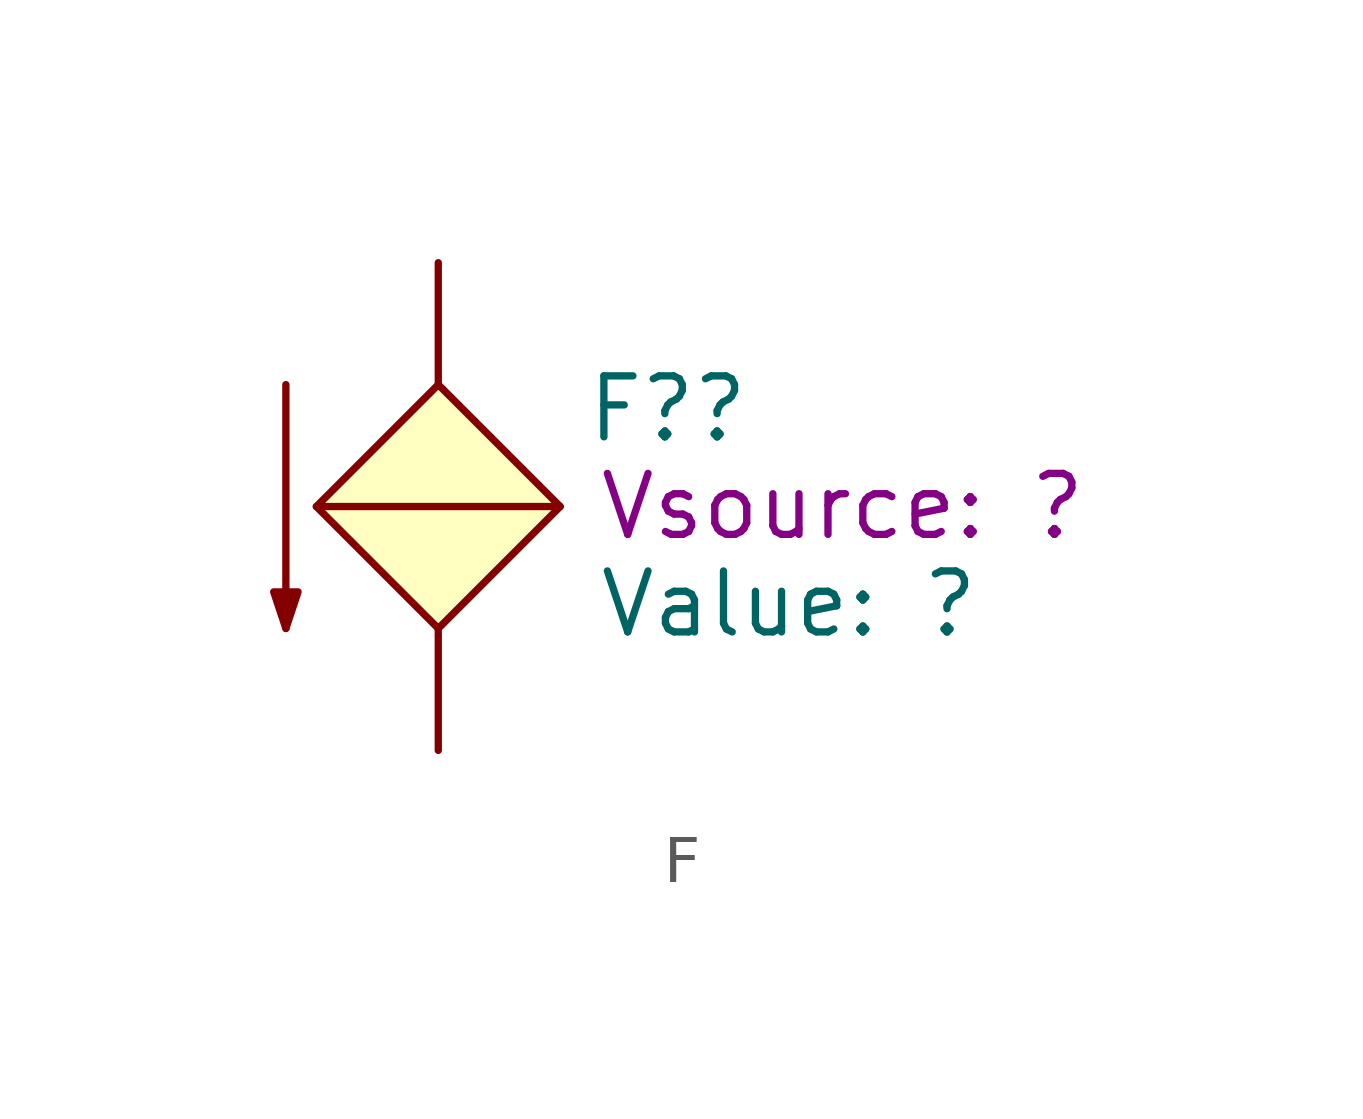
<source format=kicad_sym>
(kicad_symbol_lib
  (version 20241209)
  (generator "kicad_symbol_editor")
  (generator_version "9.0")
  (symbol "F"
    (pin_numbers
      (hide yes))
    (pin_names
      (offset 0)
      (hide yes))
    (property "Reference" "F?"
      (at 3.048 2.032 0)
      (effects (font (size 1.27 1.27)) (justify left)))
    (property "Value" "?"
      (at 3.302 -2.032 0)
      (show_name)
      (effects (font (size 1.27 1.27)) (justify left)))
    (property "Vsource" "?"
      (at 3.302 0 0)
      (show_name)
      (effects (font (size 1.27 1.27)) (justify left)))
    (symbol "F_0_1"
      (polyline (pts (xy -3.175 -2.54) (xy -3.175 2.54)) (stroke (width 0) (type solid)) (fill (type none)))
      (polyline (pts (xy -3.175 -2.54) (xy -3.429 -1.778) (xy -2.921 -1.778) (xy -3.175 -2.54)) (stroke (width 0) (type solid)) (fill (type outline)))
      (polyline (pts (xy -2.54 0) (xy 2.54 0)) (stroke (width 0) (type solid)) (fill (type none))))
    (symbol "F_1_0"
      (pin power_out line (at 0 5.08 270) (length 2.54) (name "outP" (effects (font (size 1.27 1.27)))) (number "1" (effects (font (size 1.27 1.27)))))
      (pin power_out line (at 0 -5.08 90) (length 2.54) (name "outN" (effects (font (size 1.27 1.27)))) (number "2" (effects (font (size 1.27 1.27))))))
    (symbol "F_1_1"
      (polyline (pts (xy 0 2.54) (xy -2.54 0) (xy 0 -2.54) (xy 2.54 0) (xy 0 2.54)) (stroke (width 0) (type default)) (fill (type background))))))
</source>
